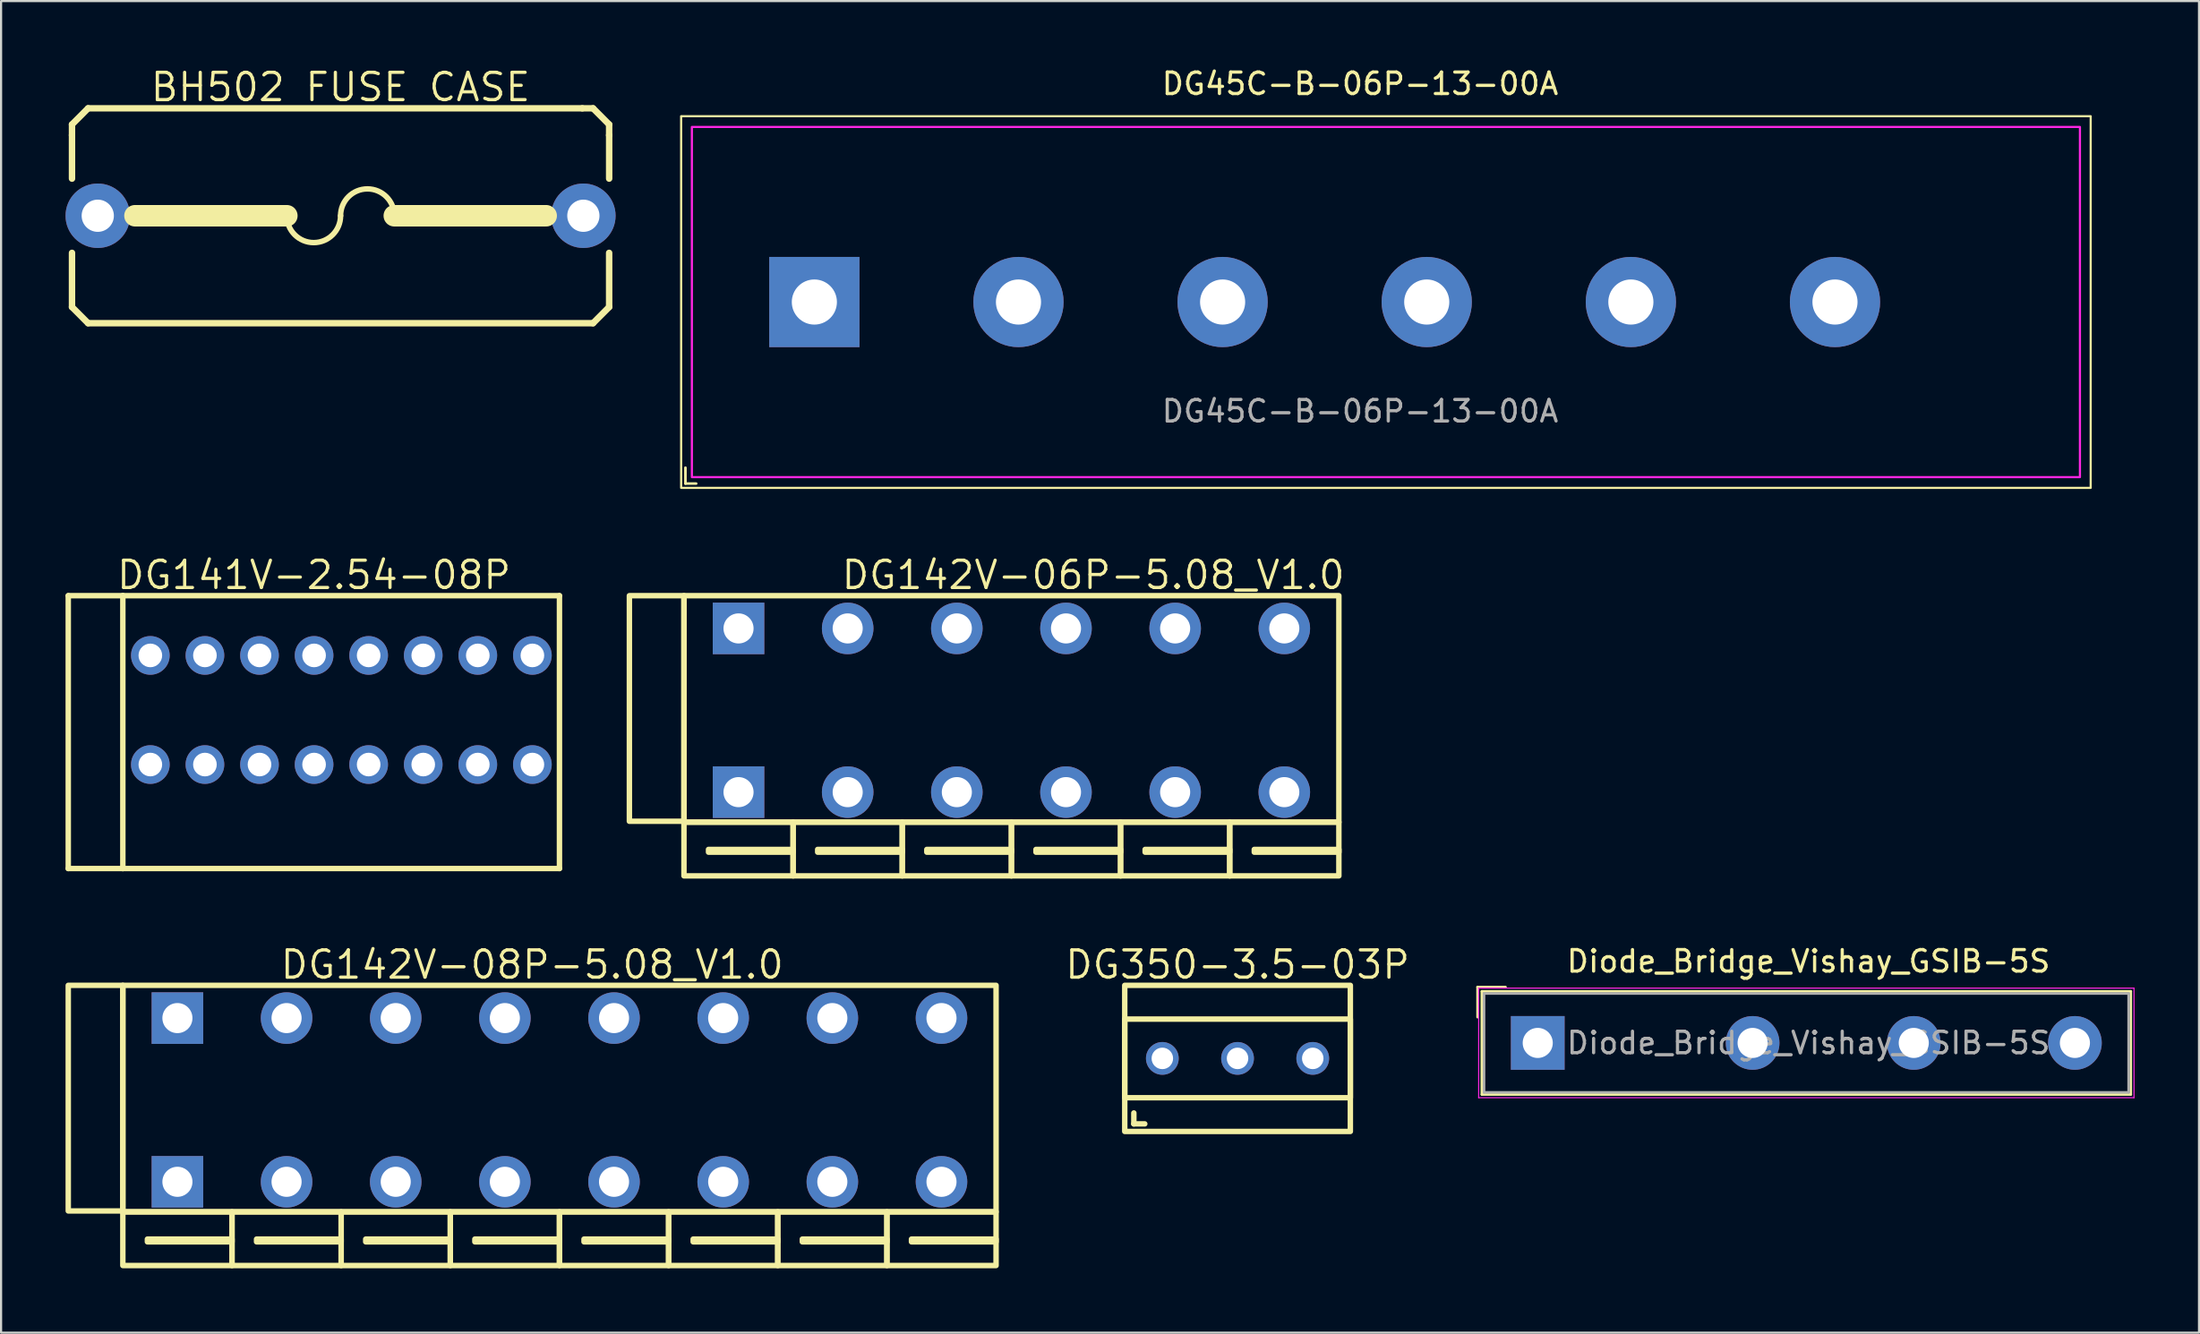
<source format=kicad_pcb>
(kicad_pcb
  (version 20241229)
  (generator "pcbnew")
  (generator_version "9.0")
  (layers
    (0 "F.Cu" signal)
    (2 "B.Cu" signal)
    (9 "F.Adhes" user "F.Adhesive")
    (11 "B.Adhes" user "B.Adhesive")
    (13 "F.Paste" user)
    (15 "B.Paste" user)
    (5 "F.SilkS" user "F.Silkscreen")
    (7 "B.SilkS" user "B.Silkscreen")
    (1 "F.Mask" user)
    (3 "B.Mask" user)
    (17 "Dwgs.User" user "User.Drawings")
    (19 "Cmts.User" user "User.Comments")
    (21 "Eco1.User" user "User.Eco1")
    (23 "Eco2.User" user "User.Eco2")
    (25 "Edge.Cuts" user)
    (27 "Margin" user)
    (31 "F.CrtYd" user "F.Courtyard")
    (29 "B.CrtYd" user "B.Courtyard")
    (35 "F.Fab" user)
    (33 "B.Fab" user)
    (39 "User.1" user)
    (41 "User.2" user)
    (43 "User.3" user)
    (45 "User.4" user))
  (footprint "DG141V-2.54-08P"
    (layer "F.Cu")
    (at 3.947 27.456)
    (property "Reference" "DG141V-2.54-08P" (at 7.615 -3.742 0) (layer "F.SilkS") (effects (font (size 1.27 1.27) (thickness 0.15))))
    (fp_line (start -3.82 -2.78) (end -1.28 -2.78) (stroke (width 0.254) (type default)) (layer "F.SilkS"))
    (fp_line (start -3.82 9.92) (end -3.82 -2.78) (stroke (width 0.254) (type default)) (layer "F.SilkS"))
    (fp_line (start -1.28 -2.779) (end -1.28 9.92) (stroke (width 0.254) (type default)) (layer "F.SilkS"))
    (fp_line (start -1.28 -2.78) (end 19.04 -2.78) (stroke (width 0.254) (type default)) (layer "F.SilkS"))
    (fp_line (start -1.28 9.92) (end -3.82 9.92) (stroke (width 0.254) (type default)) (layer "F.SilkS"))
    (fp_line (start -1.28 9.92) (end 19.04 9.92) (stroke (width 0.254) (type default)) (layer "F.SilkS"))
    (fp_line (start 19.04 9.92) (end 19.04 -2.78) (stroke (width 0.254) (type default)) (layer "F.SilkS"))
    (pad "1" thru_hole circle (at 0 0) (size 1.8 1.8) (drill 1.1) (layers "*.Cu" "*.Mask"))
    (pad "1" thru_hole circle (at 0 5.08) (size 1.8 1.8) (drill 1.1) (layers "*.Cu" "*.Mask"))
    (pad "2" thru_hole circle (at 2.54 0) (size 1.8 1.8) (drill 1.1) (layers "*.Cu" "*.Mask"))
    (pad "2" thru_hole circle (at 2.54 5.08) (size 1.8 1.8) (drill 1.1) (layers "*.Cu" "*.Mask"))
    (pad "3" thru_hole circle (at 5.08 0) (size 1.8 1.8) (drill 1.1) (layers "*.Cu" "*.Mask"))
    (pad "3" thru_hole circle (at 5.08 5.08) (size 1.8 1.8) (drill 1.1) (layers "*.Cu" "*.Mask"))
    (pad "4" thru_hole circle (at 7.62 0) (size 1.8 1.8) (drill 1.1) (layers "*.Cu" "*.Mask"))
    (pad "4" thru_hole circle (at 7.62 5.08) (size 1.8 1.8) (drill 1.1) (layers "*.Cu" "*.Mask"))
    (pad "5" thru_hole circle (at 10.16 0) (size 1.8 1.8) (drill 1.1) (layers "*.Cu" "*.Mask"))
    (pad "5" thru_hole circle (at 10.16 5.08) (size 1.8 1.8) (drill 1.1) (layers "*.Cu" "*.Mask"))
    (pad "6" thru_hole circle (at 12.7 0) (size 1.8 1.8) (drill 1.1) (layers "*.Cu" "*.Mask"))
    (pad "6" thru_hole circle (at 12.7 5.08) (size 1.8 1.8) (drill 1.1) (layers "*.Cu" "*.Mask"))
    (pad "7" thru_hole circle (at 15.24 0) (size 1.8 1.8) (drill 1.1) (layers "*.Cu" "*.Mask"))
    (pad "7" thru_hole circle (at 15.24 5.08) (size 1.8 1.8) (drill 1.1) (layers "*.Cu" "*.Mask"))
    (pad "8" thru_hole circle (at 17.78 0) (size 1.8 1.8) (drill 1.1) (layers "*.Cu" "*.Mask"))
    (pad "8" thru_hole circle (at 17.78 5.08) (size 1.8 1.8) (drill 1.1) (layers "*.Cu" "*.Mask")))
  (footprint "DG142V-06P-5.08_V1.0"
    (layer "F.Cu")
    (at 31.321 33.82)
    (property "Reference" "DG142V-06P-5.08_V1.0" (at 16.51 -10.106 0) (layer "F.SilkS") (effects (font (size 1.27 1.27) (thickness 0.15))))
    (fp_rect (start -5.08 -9.144) (end -2.54 1.356) (stroke (width 0.254) (type default)) (fill no) (layer "F.SilkS"))
    (fp_rect (start -2.54 -9.144) (end 27.94 1.397) (stroke (width 0.254) (type default)) (fill no) (layer "F.SilkS"))
    (fp_rect (start -2.54 1.397) (end 2.54 3.897) (stroke (width 0.254) (type default)) (fill no) (layer "F.SilkS"))
    (fp_rect (start -1.397 2.667) (end 2.54 2.794) (stroke (width 0.254) (type default)) (fill no) (layer "F.SilkS"))
    (fp_rect (start 2.54 1.397) (end 7.62 3.897) (stroke (width 0.254) (type default)) (fill no) (layer "F.SilkS"))
    (fp_rect (start 3.683 2.667) (end 7.62 2.794) (stroke (width 0.254) (type default)) (fill no) (layer "F.SilkS"))
    (fp_rect (start 7.62 1.397) (end 12.7 3.897) (stroke (width 0.254) (type default)) (fill no) (layer "F.SilkS"))
    (fp_rect (start 8.763 2.667) (end 12.7 2.794) (stroke (width 0.254) (type default)) (fill no) (layer "F.SilkS"))
    (fp_rect (start 12.7 1.397) (end 17.78 3.897) (stroke (width 0.254) (type default)) (fill no) (layer "F.SilkS"))
    (fp_rect (start 13.843 2.667) (end 17.78 2.794) (stroke (width 0.254) (type default)) (fill no) (layer "F.SilkS"))
    (fp_rect (start 17.78 1.397) (end 22.86 3.897) (stroke (width 0.254) (type default)) (fill no) (layer "F.SilkS"))
    (fp_rect (start 18.923 2.667) (end 22.86 2.794) (stroke (width 0.254) (type default)) (fill no) (layer "F.SilkS"))
    (fp_rect (start 22.86 1.397) (end 27.94 3.897) (stroke (width 0.254) (type default)) (fill no) (layer "F.SilkS"))
    (fp_rect (start 24.003 2.667) (end 27.94 2.794) (stroke (width 0.254) (type default)) (fill no) (layer "F.SilkS"))
    (pad "1" thru_hole rect (at 0 -7.62) (size 2.4 2.4) (drill 1.4) (layers "*.Cu" "*.Mask"))
    (pad "1" thru_hole rect (at 0 0) (size 2.4 2.4) (drill 1.4) (layers "*.Cu" "*.Mask"))
    (pad "2" thru_hole circle (at 5.08 -7.62) (size 2.4 2.4) (drill 1.4) (layers "*.Cu" "*.Mask"))
    (pad "2" thru_hole circle (at 5.08 0) (size 2.4 2.4) (drill 1.4) (layers "*.Cu" "*.Mask"))
    (pad "3" thru_hole circle (at 10.16 -7.62) (size 2.4 2.4) (drill 1.4) (layers "*.Cu" "*.Mask"))
    (pad "3" thru_hole circle (at 10.16 0) (size 2.4 2.4) (drill 1.4) (layers "*.Cu" "*.Mask"))
    (pad "4" thru_hole circle (at 15.24 -7.62) (size 2.4 2.4) (drill 1.4) (layers "*.Cu" "*.Mask"))
    (pad "4" thru_hole circle (at 15.24 0) (size 2.4 2.4) (drill 1.4) (layers "*.Cu" "*.Mask"))
    (pad "5" thru_hole circle (at 20.32 -7.62) (size 2.4 2.4) (drill 1.4) (layers "*.Cu" "*.Mask"))
    (pad "5" thru_hole circle (at 20.32 0) (size 2.4 2.4) (drill 1.4) (layers "*.Cu" "*.Mask"))
    (pad "6" thru_hole circle (at 25.4 -7.62) (size 2.4 2.4) (drill 1.4) (layers "*.Cu" "*.Mask"))
    (pad "6" thru_hole circle (at 25.4 0) (size 2.4 2.4) (drill 1.4) (layers "*.Cu" "*.Mask")))
  (footprint "DG142V-08P-5.08_V1.0"
    (layer "F.Cu")
    (at 5.207 51.957)
    (property "Reference" "DG142V-08P-5.08_V1.0" (at 16.51 -10.106 0) (layer "F.SilkS") (effects (font (size 1.27 1.27) (thickness 0.15))))
    (fp_rect (start -5.08 -9.144) (end -2.54 1.356) (stroke (width 0.254) (type default)) (fill no) (layer "F.SilkS"))
    (fp_rect (start -2.54 -9.144) (end 38.1 1.397) (stroke (width 0.254) (type default)) (fill no) (layer "F.SilkS"))
    (fp_rect (start -2.54 1.397) (end 2.54 3.897) (stroke (width 0.254) (type default)) (fill no) (layer "F.SilkS"))
    (fp_rect (start -1.397 2.667) (end 2.54 2.794) (stroke (width 0.254) (type default)) (fill no) (layer "F.SilkS"))
    (fp_rect (start 2.54 1.397) (end 7.62 3.897) (stroke (width 0.254) (type default)) (fill no) (layer "F.SilkS"))
    (fp_rect (start 3.683 2.667) (end 7.62 2.794) (stroke (width 0.254) (type default)) (fill no) (layer "F.SilkS"))
    (fp_rect (start 7.62 1.397) (end 12.7 3.897) (stroke (width 0.254) (type default)) (fill no) (layer "F.SilkS"))
    (fp_rect (start 8.763 2.667) (end 12.7 2.794) (stroke (width 0.254) (type default)) (fill no) (layer "F.SilkS"))
    (fp_rect (start 12.7 1.397) (end 17.78 3.897) (stroke (width 0.254) (type default)) (fill no) (layer "F.SilkS"))
    (fp_rect (start 13.843 2.667) (end 17.78 2.794) (stroke (width 0.254) (type default)) (fill no) (layer "F.SilkS"))
    (fp_rect (start 17.78 1.397) (end 22.86 3.897) (stroke (width 0.254) (type default)) (fill no) (layer "F.SilkS"))
    (fp_rect (start 18.923 2.667) (end 22.86 2.794) (stroke (width 0.254) (type default)) (fill no) (layer "F.SilkS"))
    (fp_rect (start 22.86 1.397) (end 27.94 3.897) (stroke (width 0.254) (type default)) (fill no) (layer "F.SilkS"))
    (fp_rect (start 24.003 2.667) (end 27.94 2.794) (stroke (width 0.254) (type default)) (fill no) (layer "F.SilkS"))
    (fp_rect (start 27.94 1.397) (end 33.02 3.897) (stroke (width 0.254) (type default)) (fill no) (layer "F.SilkS"))
    (fp_rect (start 29.083 2.667) (end 33.02 2.794) (stroke (width 0.254) (type default)) (fill no) (layer "F.SilkS"))
    (fp_rect (start 33.02 1.397) (end 38.1 3.897) (stroke (width 0.254) (type default)) (fill no) (layer "F.SilkS"))
    (fp_rect (start 34.163 2.667) (end 38.1 2.794) (stroke (width 0.254) (type default)) (fill no) (layer "F.SilkS"))
    (pad "1" thru_hole rect (at 0 -7.62) (size 2.4 2.4) (drill 1.4) (layers "*.Cu" "*.Mask"))
    (pad "1" thru_hole rect (at 0 0) (size 2.4 2.4) (drill 1.4) (layers "*.Cu" "*.Mask"))
    (pad "2" thru_hole circle (at 5.08 -7.62) (size 2.4 2.4) (drill 1.4) (layers "*.Cu" "*.Mask"))
    (pad "2" thru_hole circle (at 5.08 0) (size 2.4 2.4) (drill 1.4) (layers "*.Cu" "*.Mask"))
    (pad "3" thru_hole circle (at 10.16 -7.62) (size 2.4 2.4) (drill 1.4) (layers "*.Cu" "*.Mask"))
    (pad "3" thru_hole circle (at 10.16 0) (size 2.4 2.4) (drill 1.4) (layers "*.Cu" "*.Mask"))
    (pad "4" thru_hole circle (at 15.24 -7.62) (size 2.4 2.4) (drill 1.4) (layers "*.Cu" "*.Mask"))
    (pad "4" thru_hole circle (at 15.24 0) (size 2.4 2.4) (drill 1.4) (layers "*.Cu" "*.Mask"))
    (pad "5" thru_hole circle (at 20.32 -7.62) (size 2.4 2.4) (drill 1.4) (layers "*.Cu" "*.Mask"))
    (pad "5" thru_hole circle (at 20.32 0) (size 2.4 2.4) (drill 1.4) (layers "*.Cu" "*.Mask"))
    (pad "6" thru_hole circle (at 25.4 -7.62) (size 2.4 2.4) (drill 1.4) (layers "*.Cu" "*.Mask"))
    (pad "6" thru_hole circle (at 25.4 0) (size 2.4 2.4) (drill 1.4) (layers "*.Cu" "*.Mask"))
    (pad "7" thru_hole circle (at 30.48 -7.62) (size 2.4 2.4) (drill 1.4) (layers "*.Cu" "*.Mask"))
    (pad "7" thru_hole circle (at 30.48 0) (size 2.4 2.4) (drill 1.4) (layers "*.Cu" "*.Mask"))
    (pad "8" thru_hole circle (at 35.56 -7.62) (size 2.4 2.4) (drill 1.4) (layers "*.Cu" "*.Mask"))
    (pad "8" thru_hole circle (at 35.56 0) (size 2.4 2.4) (drill 1.4) (layers "*.Cu" "*.Mask")))
  (footprint "DG350-3.5-03P"
    (layer "F.Cu")
    (at 54.545 46.213)
    (property "Reference" "DG350-3.5-03P" (at 0.00015 -4.362 0) (layer "F.SilkS") (effects (font (size 1.27 1.27) (thickness 0.15))))
    (fp_line (start -4.826 2.54) (end -4.826 3.048) (stroke (width 0.254) (type default)) (layer "F.SilkS"))
    (fp_line (start -4.826 3.048) (end -4.318 3.048) (stroke (width 0.254) (type default)) (layer "F.SilkS"))
    (fp_rect (start -5.25 -3.4) (end 5.25 3.4) (stroke (width 0.254) (type default)) (fill no) (layer "F.SilkS"))
    (fp_rect (start -5.25 -1.83) (end 5.25 1.83) (stroke (width 0.254) (type default)) (fill no) (layer "F.SilkS"))
    (pad "1" thru_hole oval (at -3.5 0) (size 1.524 1.524) (drill 1) (layers "*.Cu" "*.Mask"))
    (pad "2" thru_hole oval (at 0 0) (size 1.524 1.524) (drill 1) (layers "*.Cu" "*.Mask"))
    (pad "3" thru_hole oval (at 3.5 0) (size 1.524 1.524) (drill 1) (layers "*.Cu" "*.Mask")))
  (footprint "Diode_Bridge_Vishay_GSIB-5S"
    (layer "F.Cu")
    (at 68.516 45.493)
    (property "Reference" "Diode_Bridge_Vishay_GSIB-5S" (at 12.6 -3.8 180) (layer "F.SilkS") (effects (font (size 1 1) (thickness 0.15))))
    (attr through_hole)
    (fp_line (start -2.8 -2.6) (end -1.5 -2.6) (stroke (width 0.12) (type solid)) (layer "F.SilkS"))
    (fp_line (start -2.8 -1.2) (end -2.8 -2.6) (stroke (width 0.12) (type solid)) (layer "F.SilkS"))
    (fp_line (start -2.6 -2.4) (end 27.6 -2.4) (stroke (width 0.12) (type solid)) (layer "F.SilkS"))
    (fp_line (start -2.6 2.4) (end -2.6 -2.4) (stroke (width 0.12) (type solid)) (layer "F.SilkS"))
    (fp_line (start 27.6 -2.4) (end 27.6 2.4) (stroke (width 0.12) (type solid)) (layer "F.SilkS"))
    (fp_line (start 27.6 2.4) (end -2.6 2.4) (stroke (width 0.12) (type solid)) (layer "F.SilkS"))
    (fp_line (start -2.75 -2.55) (end 27.75 -2.55) (stroke (width 0.05) (type solid)) (layer "F.CrtYd"))
    (fp_line (start -2.75 2.55) (end -2.75 -2.55) (stroke (width 0.05) (type solid)) (layer "F.CrtYd"))
    (fp_line (start 27.75 -2.55) (end 27.75 2.55) (stroke (width 0.05) (type solid)) (layer "F.CrtYd"))
    (fp_line (start 27.75 2.55) (end -2.75 2.55) (stroke (width 0.05) (type solid)) (layer "F.CrtYd"))
    (fp_line (start -2.5 -2.3) (end -2.5 2.3) (stroke (width 0.12) (type solid)) (layer "F.Fab"))
    (fp_line (start -2.5 2.3) (end 27.5 2.3) (stroke (width 0.12) (type solid)) (layer "F.Fab"))
    (fp_line (start 27.5 -2.3) (end -2.5 -2.3) (stroke (width 0.12) (type solid)) (layer "F.Fab"))
    (fp_line (start 27.5 2.3) (end 27.5 -2.3) (stroke (width 0.12) (type solid)) (layer "F.Fab"))
    (fp_text user "${REFERENCE}" (at 12.6 0 180) (layer "F.Fab") (effects (font (size 1 1) (thickness 0.15))))
    (pad "1" thru_hole rect (at 0 0) (size 2.5 2.5) (drill 1.4) (layers "*.Cu" "*.Mask"))
    (pad "2" thru_hole circle (at 10 0) (size 2.5 2.5) (drill 1.4) (layers "*.Cu" "*.Mask"))
    (pad "3" thru_hole circle (at 17.5 0) (size 2.5 2.5) (drill 1.4) (layers "*.Cu" "*.Mask"))
    (pad "4" thru_hole circle (at 25 0) (size 2.5 2.5) (drill 1.4) (layers "*.Cu" "*.Mask")))
  (footprint "DG45C-B-06P-13-00A"
    (layer "F.Cu")
    (at 34.85 11.008)
    (property "Reference" "DG45C-B-06P-13-00A" (at 25.4 -10.16 0) (layer "F.SilkS") (effects (font (size 1 1) (thickness 0.15))))
    (attr through_hole)
    (fp_line (start -6 7.71) (end -6 8.45) (stroke (width 0.12) (type solid)) (layer "F.SilkS"))
    (fp_line (start -6 8.45) (end -5.5 8.45) (stroke (width 0.12) (type solid)) (layer "F.SilkS"))
    (fp_rect (start -6.2 -8.65) (end 59.4 8.65) (stroke (width 0.1) (type solid)) (fill no) (layer "F.SilkS"))
    (fp_rect (start -5.7 -8.15) (end 58.9 8.15) (stroke (width 0.1) (type solid)) (fill no) (layer "F.CrtYd"))
    (fp_text user "${REFERENCE}" (at 25.4 5.08 0) (layer "F.Fab") (effects (font (size 1 1) (thickness 0.15))))
    (pad "1" thru_hole rect (at 0 0) (size 4.2 4.2) (drill 2.1) (layers "*.Cu" "*.Mask"))
    (pad "2" thru_hole circle (at 9.5 0) (size 4.2 4.2) (drill 2.1) (layers "*.Cu" "*.Mask"))
    (pad "3" thru_hole circle (at 19 0) (size 4.2 4.2) (drill 2.1) (layers "*.Cu" "*.Mask"))
    (pad "4" thru_hole circle (at 28.5 0) (size 4.2 4.2) (drill 2.1) (layers "*.Cu" "*.Mask"))
    (pad "5" thru_hole circle (at 38 0) (size 4.2 4.2) (drill 2.1) (layers "*.Cu" "*.Mask"))
    (pad "6" thru_hole circle (at 47.5 0) (size 4.2 4.2) (drill 2.1) (layers "*.Cu" "*.Mask")))
  (footprint "BH502 FUSE CASE"
    (layer "F.Cu")
    (at 12.8 6.992)
    (property "Reference" "BH502 FUSE CASE" (at 0 -5.986 0) (layer "F.SilkS") (effects (font (size 1.27 1.27) (thickness 0.15))))
    (fp_line (start -12.499 -4.249) (end -11.75 -5.001) (stroke (width 0.3) (type default)) (layer "F.SilkS"))
    (fp_line (start -12.499 -3.749) (end -12.499 -4.249) (stroke (width 0.3) (type default)) (layer "F.SilkS"))
    (fp_line (start -12.499 -1.727) (end -12.499 -3.749) (stroke (width 0.3) (type default)) (layer "F.SilkS"))
    (fp_line (start -12.499 4.249) (end -12.499 1.727) (stroke (width 0.3) (type default)) (layer "F.SilkS"))
    (fp_line (start -11.75 -5.001) (end 11.25 -5.001) (stroke (width 0.3) (type default)) (layer "F.SilkS"))
    (fp_line (start -11.75 5.001) (end -12.499 4.249) (stroke (width 0.3) (type default)) (layer "F.SilkS"))
    (fp_line (start -2.5 0) (end -9.569 0) (stroke (width 1) (type default)) (layer "F.SilkS"))
    (fp_line (start 2.5 0) (end 9.569 0) (stroke (width 1) (type default)) (layer "F.SilkS"))
    (fp_line (start 11.25 -5.001) (end 11.75 -5.001) (stroke (width 0.3) (type default)) (layer "F.SilkS"))
    (fp_line (start 11.75 -5.001) (end 12.499 -4.249) (stroke (width 0.3) (type default)) (layer "F.SilkS"))
    (fp_line (start 11.75 5.001) (end -11.75 5.001) (stroke (width 0.3) (type default)) (layer "F.SilkS"))
    (fp_line (start 12.499 -4.249) (end 12.499 -3.749) (stroke (width 0.3) (type default)) (layer "F.SilkS"))
    (fp_line (start 12.499 1.727) (end 12.499 4.249) (stroke (width 0.3) (type default)) (layer "F.SilkS"))
    (fp_line (start 12.499 4.249) (end 11.75 5.001) (stroke (width 0.3) (type default)) (layer "F.SilkS"))
    (fp_line (start 12.5 -3.75) (end 12.5 -1.728) (stroke (width 0.3) (type default)) (layer "F.SilkS"))
    (fp_arc (start 0 0) (mid -1.25 1.25) (end -2.5 0) (stroke (width 0.254) (type default)) (layer "F.SilkS"))
    (fp_arc (start 0 0) (mid 1.25 -1.244413) (end 2.5 0) (stroke (width 0.254) (type default)) (layer "F.SilkS"))
    (pad "1" thru_hole oval (at -11.3 0) (size 3 3) (drill 1.5) (layers "*.Cu" "*.Mask"))
    (pad "2" thru_hole oval (at 11.3 0) (size 3 3) (drill 1.5) (layers "*.Cu" "*.Mask")))
  (gr_rect
    (start -3 -3)
    (end 99.291 58.981)
    (stroke (width 0.1) (type default))
    (fill no)
    (layer "Edge.Cuts")))
</source>
